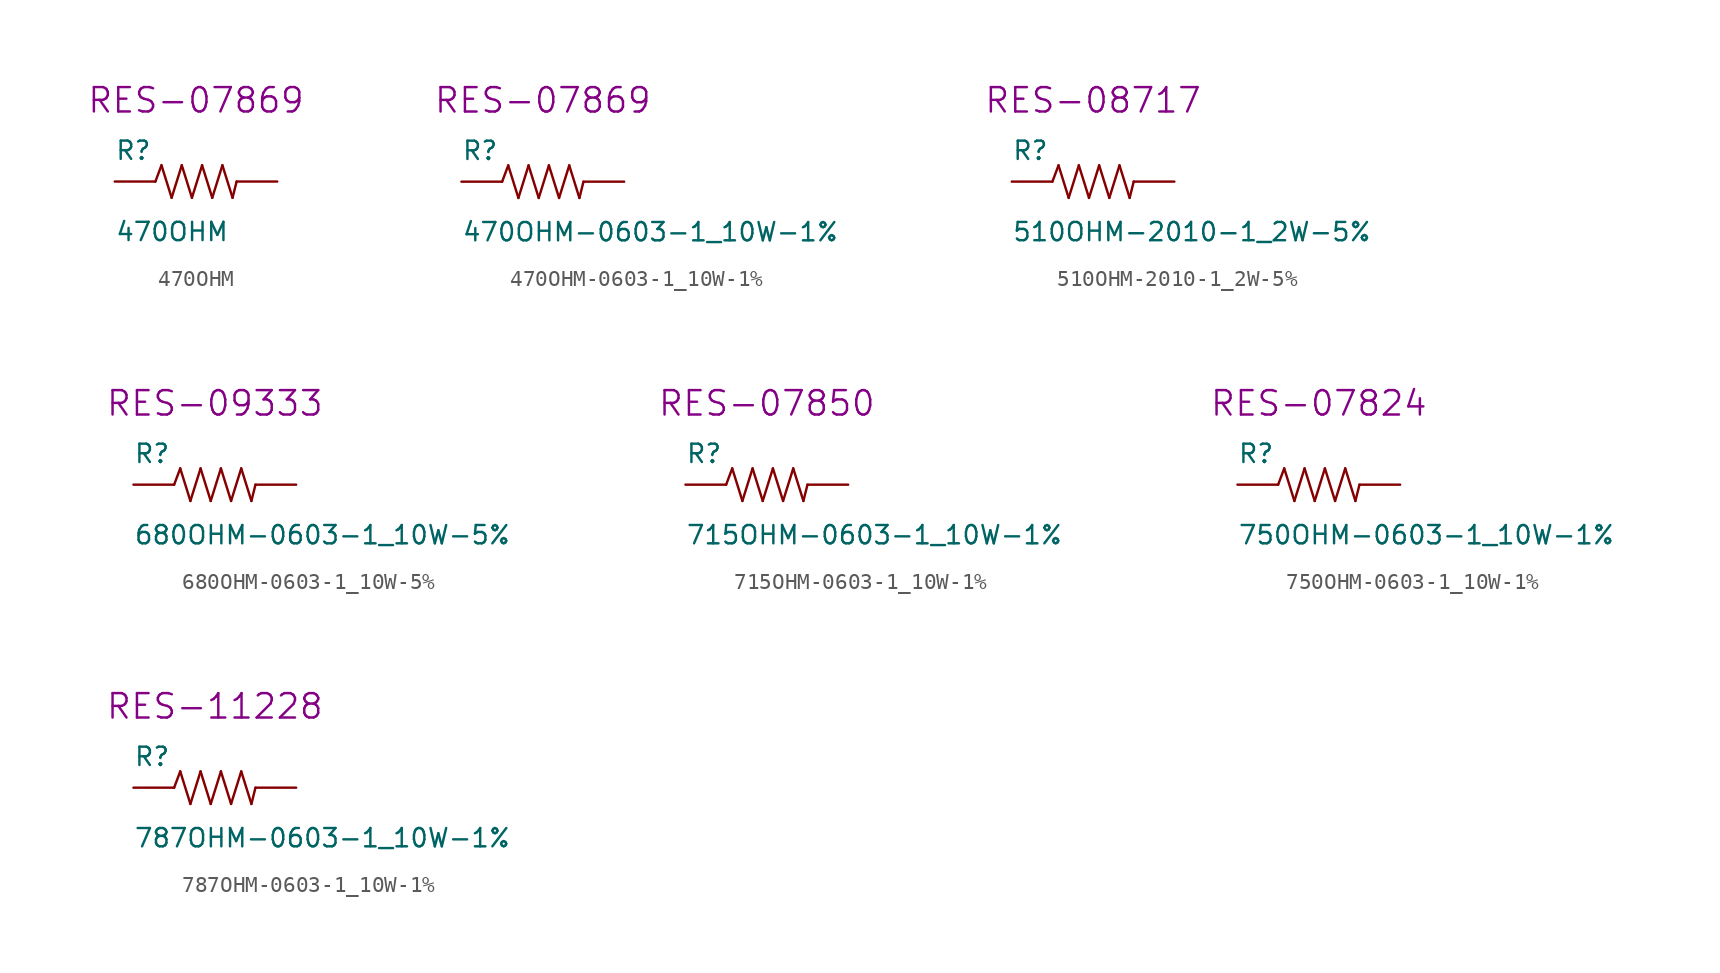
<source format=kicad_sym>
(kicad_symbol_lib
  (version 20211014)
  (generator kicad_symbol_editor)
  (symbol "470OHM"
    (pin_numbers hide)
    (pin_names
      (offset 1.016) hide)
    (property "Reference" "R"
      (at -5.08 1.27 0)
      (effects (font (size 1.143 1.143)) (justify left bottom)))
    (property "Value" "470OHM"
      (at -5.08 -3.81 0)
      (effects (font (size 1.143 1.143)) (justify left bottom)))
    (property "Field4" "RES-07869"
      (at 0 5.08 0)
      (effects (font (size 1.524 1.524))))
    (property "ki_locked" ""
      (at 0 0 0)
      (effects (font (size 1.27 1.27))))
    (symbol "470OHM_1_0"
      (polyline (pts (xy -2.54 0) (xy -2.159 1.016)) (stroke (width 0) (type default) (color 0 0 0 0)) (fill (type none)))
      (polyline (pts (xy -2.159 1.016) (xy -1.524 -1.016)) (stroke (width 0) (type default) (color 0 0 0 0)) (fill (type none)))
      (polyline (pts (xy -1.524 -1.016) (xy -0.889 1.016)) (stroke (width 0) (type default) (color 0 0 0 0)) (fill (type none)))
      (polyline (pts (xy -0.889 1.016) (xy -0.254 -1.016)) (stroke (width 0) (type default) (color 0 0 0 0)) (fill (type none)))
      (polyline (pts (xy -0.254 -1.016) (xy 0.381 1.016)) (stroke (width 0) (type default) (color 0 0 0 0)) (fill (type none)))
      (polyline (pts (xy 0.381 1.016) (xy 1.016 -1.016)) (stroke (width 0) (type default) (color 0 0 0 0)) (fill (type none)))
      (polyline (pts (xy 1.016 -1.016) (xy 1.651 1.016)) (stroke (width 0) (type default) (color 0 0 0 0)) (fill (type none)))
      (polyline (pts (xy 1.651 1.016) (xy 2.286 -1.016)) (stroke (width 0) (type default) (color 0 0 0 0)) (fill (type none)))
      (polyline (pts (xy 2.286 -1.016) (xy 2.54 0)) (stroke (width 0) (type default) (color 0 0 0 0)) (fill (type none))))
    (symbol "470OHM_1_1"
      (pin passive line (at -5.08 0 0) (length 2.54) (name "1" (effects (font (size 1.016 1.016)))) (number "1" (effects (font (size 1.016 1.016)))))
      (pin passive line (at 5.08 0 180) (length 2.54) (name "2" (effects (font (size 1.016 1.016)))) (number "2" (effects (font (size 1.016 1.016)))))))
  (symbol "470OHM-0603-1_10W-1%"
    (pin_numbers hide)
    (pin_names
      (offset 1.016) hide)
    (property "Reference" "R"
      (at -5.08 1.27 0)
      (effects (font (size 1.143 1.143)) (justify left bottom)))
    (property "Value" "470OHM-0603-1_10W-1%"
      (at -5.08 -3.81 0)
      (effects (font (size 1.143 1.143)) (justify left bottom)))
    (property "Field4" "RES-07869"
      (at 0 5.08 0)
      (effects (font (size 1.524 1.524))))
    (property "ki_locked" ""
      (at 0 0 0)
      (effects (font (size 1.27 1.27))))
    (symbol "470OHM-0603-1_10W-1%_1_0"
      (polyline (pts (xy -2.54 0) (xy -2.159 1.016)) (stroke (width 0) (type default) (color 0 0 0 0)) (fill (type none)))
      (polyline (pts (xy -2.159 1.016) (xy -1.524 -1.016)) (stroke (width 0) (type default) (color 0 0 0 0)) (fill (type none)))
      (polyline (pts (xy -1.524 -1.016) (xy -0.889 1.016)) (stroke (width 0) (type default) (color 0 0 0 0)) (fill (type none)))
      (polyline (pts (xy -0.889 1.016) (xy -0.254 -1.016)) (stroke (width 0) (type default) (color 0 0 0 0)) (fill (type none)))
      (polyline (pts (xy -0.254 -1.016) (xy 0.381 1.016)) (stroke (width 0) (type default) (color 0 0 0 0)) (fill (type none)))
      (polyline (pts (xy 0.381 1.016) (xy 1.016 -1.016)) (stroke (width 0) (type default) (color 0 0 0 0)) (fill (type none)))
      (polyline (pts (xy 1.016 -1.016) (xy 1.651 1.016)) (stroke (width 0) (type default) (color 0 0 0 0)) (fill (type none)))
      (polyline (pts (xy 1.651 1.016) (xy 2.286 -1.016)) (stroke (width 0) (type default) (color 0 0 0 0)) (fill (type none)))
      (polyline (pts (xy 2.286 -1.016) (xy 2.54 0)) (stroke (width 0) (type default) (color 0 0 0 0)) (fill (type none))))
    (symbol "470OHM-0603-1_10W-1%_1_1"
      (pin passive line (at -5.08 0 0) (length 2.54) (name "1" (effects (font (size 1.016 1.016)))) (number "1" (effects (font (size 1.016 1.016)))))
      (pin passive line (at 5.08 0 180) (length 2.54) (name "2" (effects (font (size 1.016 1.016)))) (number "2" (effects (font (size 1.016 1.016)))))))
  (symbol "510OHM-2010-1_2W-5%"
    (pin_numbers hide)
    (pin_names
      (offset 1.016) hide)
    (property "Reference" "R"
      (at -5.08 1.27 0)
      (effects (font (size 1.143 1.143)) (justify left bottom)))
    (property "Value" "510OHM-2010-1_2W-5%"
      (at -5.08 -3.81 0)
      (effects (font (size 1.143 1.143)) (justify left bottom)))
    (property "Field4" "RES-08717"
      (at 0 5.08 0)
      (effects (font (size 1.524 1.524))))
    (property "ki_locked" ""
      (at 0 0 0)
      (effects (font (size 1.27 1.27))))
    (symbol "510OHM-2010-1_2W-5%_1_0"
      (polyline (pts (xy -2.54 0) (xy -2.159 1.016)) (stroke (width 0) (type default) (color 0 0 0 0)) (fill (type none)))
      (polyline (pts (xy -2.159 1.016) (xy -1.524 -1.016)) (stroke (width 0) (type default) (color 0 0 0 0)) (fill (type none)))
      (polyline (pts (xy -1.524 -1.016) (xy -0.889 1.016)) (stroke (width 0) (type default) (color 0 0 0 0)) (fill (type none)))
      (polyline (pts (xy -0.889 1.016) (xy -0.254 -1.016)) (stroke (width 0) (type default) (color 0 0 0 0)) (fill (type none)))
      (polyline (pts (xy -0.254 -1.016) (xy 0.381 1.016)) (stroke (width 0) (type default) (color 0 0 0 0)) (fill (type none)))
      (polyline (pts (xy 0.381 1.016) (xy 1.016 -1.016)) (stroke (width 0) (type default) (color 0 0 0 0)) (fill (type none)))
      (polyline (pts (xy 1.016 -1.016) (xy 1.651 1.016)) (stroke (width 0) (type default) (color 0 0 0 0)) (fill (type none)))
      (polyline (pts (xy 1.651 1.016) (xy 2.286 -1.016)) (stroke (width 0) (type default) (color 0 0 0 0)) (fill (type none)))
      (polyline (pts (xy 2.286 -1.016) (xy 2.54 0)) (stroke (width 0) (type default) (color 0 0 0 0)) (fill (type none))))
    (symbol "510OHM-2010-1_2W-5%_1_1"
      (pin passive line (at -5.08 0 0) (length 2.54) (name "1" (effects (font (size 1.016 1.016)))) (number "1" (effects (font (size 1.016 1.016)))))
      (pin passive line (at 5.08 0 180) (length 2.54) (name "2" (effects (font (size 1.016 1.016)))) (number "2" (effects (font (size 1.016 1.016)))))))
  (symbol "680OHM-0603-1_10W-5%"
    (pin_numbers hide)
    (pin_names
      (offset 1.016) hide)
    (property "Reference" "R"
      (at -5.08 1.27 0)
      (effects (font (size 1.143 1.143)) (justify left bottom)))
    (property "Value" "680OHM-0603-1_10W-5%"
      (at -5.08 -3.81 0)
      (effects (font (size 1.143 1.143)) (justify left bottom)))
    (property "Field4" "RES-09333"
      (at 0 5.08 0)
      (effects (font (size 1.524 1.524))))
    (property "ki_locked" ""
      (at 0 0 0)
      (effects (font (size 1.27 1.27))))
    (symbol "680OHM-0603-1_10W-5%_1_0"
      (polyline (pts (xy -2.54 0) (xy -2.159 1.016)) (stroke (width 0) (type default) (color 0 0 0 0)) (fill (type none)))
      (polyline (pts (xy -2.159 1.016) (xy -1.524 -1.016)) (stroke (width 0) (type default) (color 0 0 0 0)) (fill (type none)))
      (polyline (pts (xy -1.524 -1.016) (xy -0.889 1.016)) (stroke (width 0) (type default) (color 0 0 0 0)) (fill (type none)))
      (polyline (pts (xy -0.889 1.016) (xy -0.254 -1.016)) (stroke (width 0) (type default) (color 0 0 0 0)) (fill (type none)))
      (polyline (pts (xy -0.254 -1.016) (xy 0.381 1.016)) (stroke (width 0) (type default) (color 0 0 0 0)) (fill (type none)))
      (polyline (pts (xy 0.381 1.016) (xy 1.016 -1.016)) (stroke (width 0) (type default) (color 0 0 0 0)) (fill (type none)))
      (polyline (pts (xy 1.016 -1.016) (xy 1.651 1.016)) (stroke (width 0) (type default) (color 0 0 0 0)) (fill (type none)))
      (polyline (pts (xy 1.651 1.016) (xy 2.286 -1.016)) (stroke (width 0) (type default) (color 0 0 0 0)) (fill (type none)))
      (polyline (pts (xy 2.286 -1.016) (xy 2.54 0)) (stroke (width 0) (type default) (color 0 0 0 0)) (fill (type none))))
    (symbol "680OHM-0603-1_10W-5%_1_1"
      (pin passive line (at -5.08 0 0) (length 2.54) (name "1" (effects (font (size 1.016 1.016)))) (number "1" (effects (font (size 1.016 1.016)))))
      (pin passive line (at 5.08 0 180) (length 2.54) (name "2" (effects (font (size 1.016 1.016)))) (number "2" (effects (font (size 1.016 1.016)))))))
  (symbol "715OHM-0603-1_10W-1%"
    (pin_numbers hide)
    (pin_names
      (offset 1.016) hide)
    (property "Reference" "R"
      (at -5.08 1.27 0)
      (effects (font (size 1.143 1.143)) (justify left bottom)))
    (property "Value" "715OHM-0603-1_10W-1%"
      (at -5.08 -3.81 0)
      (effects (font (size 1.143 1.143)) (justify left bottom)))
    (property "Field4" "RES-07850"
      (at 0 5.08 0)
      (effects (font (size 1.524 1.524))))
    (property "ki_locked" ""
      (at 0 0 0)
      (effects (font (size 1.27 1.27))))
    (symbol "715OHM-0603-1_10W-1%_1_0"
      (polyline (pts (xy -2.54 0) (xy -2.159 1.016)) (stroke (width 0) (type default) (color 0 0 0 0)) (fill (type none)))
      (polyline (pts (xy -2.159 1.016) (xy -1.524 -1.016)) (stroke (width 0) (type default) (color 0 0 0 0)) (fill (type none)))
      (polyline (pts (xy -1.524 -1.016) (xy -0.889 1.016)) (stroke (width 0) (type default) (color 0 0 0 0)) (fill (type none)))
      (polyline (pts (xy -0.889 1.016) (xy -0.254 -1.016)) (stroke (width 0) (type default) (color 0 0 0 0)) (fill (type none)))
      (polyline (pts (xy -0.254 -1.016) (xy 0.381 1.016)) (stroke (width 0) (type default) (color 0 0 0 0)) (fill (type none)))
      (polyline (pts (xy 0.381 1.016) (xy 1.016 -1.016)) (stroke (width 0) (type default) (color 0 0 0 0)) (fill (type none)))
      (polyline (pts (xy 1.016 -1.016) (xy 1.651 1.016)) (stroke (width 0) (type default) (color 0 0 0 0)) (fill (type none)))
      (polyline (pts (xy 1.651 1.016) (xy 2.286 -1.016)) (stroke (width 0) (type default) (color 0 0 0 0)) (fill (type none)))
      (polyline (pts (xy 2.286 -1.016) (xy 2.54 0)) (stroke (width 0) (type default) (color 0 0 0 0)) (fill (type none))))
    (symbol "715OHM-0603-1_10W-1%_1_1"
      (pin passive line (at -5.08 0 0) (length 2.54) (name "1" (effects (font (size 1.016 1.016)))) (number "1" (effects (font (size 1.016 1.016)))))
      (pin passive line (at 5.08 0 180) (length 2.54) (name "2" (effects (font (size 1.016 1.016)))) (number "2" (effects (font (size 1.016 1.016)))))))
  (symbol "750OHM-0603-1_10W-1%"
    (pin_numbers hide)
    (pin_names
      (offset 1.016) hide)
    (property "Reference" "R"
      (at -5.08 1.27 0)
      (effects (font (size 1.143 1.143)) (justify left bottom)))
    (property "Value" "750OHM-0603-1_10W-1%"
      (at -5.08 -3.81 0)
      (effects (font (size 1.143 1.143)) (justify left bottom)))
    (property "Field4" "RES-07824"
      (at 0 5.08 0)
      (effects (font (size 1.524 1.524))))
    (property "ki_locked" ""
      (at 0 0 0)
      (effects (font (size 1.27 1.27))))
    (symbol "750OHM-0603-1_10W-1%_1_0"
      (polyline (pts (xy -2.54 0) (xy -2.159 1.016)) (stroke (width 0) (type default) (color 0 0 0 0)) (fill (type none)))
      (polyline (pts (xy -2.159 1.016) (xy -1.524 -1.016)) (stroke (width 0) (type default) (color 0 0 0 0)) (fill (type none)))
      (polyline (pts (xy -1.524 -1.016) (xy -0.889 1.016)) (stroke (width 0) (type default) (color 0 0 0 0)) (fill (type none)))
      (polyline (pts (xy -0.889 1.016) (xy -0.254 -1.016)) (stroke (width 0) (type default) (color 0 0 0 0)) (fill (type none)))
      (polyline (pts (xy -0.254 -1.016) (xy 0.381 1.016)) (stroke (width 0) (type default) (color 0 0 0 0)) (fill (type none)))
      (polyline (pts (xy 0.381 1.016) (xy 1.016 -1.016)) (stroke (width 0) (type default) (color 0 0 0 0)) (fill (type none)))
      (polyline (pts (xy 1.016 -1.016) (xy 1.651 1.016)) (stroke (width 0) (type default) (color 0 0 0 0)) (fill (type none)))
      (polyline (pts (xy 1.651 1.016) (xy 2.286 -1.016)) (stroke (width 0) (type default) (color 0 0 0 0)) (fill (type none)))
      (polyline (pts (xy 2.286 -1.016) (xy 2.54 0)) (stroke (width 0) (type default) (color 0 0 0 0)) (fill (type none))))
    (symbol "750OHM-0603-1_10W-1%_1_1"
      (pin passive line (at -5.08 0 0) (length 2.54) (name "1" (effects (font (size 1.016 1.016)))) (number "1" (effects (font (size 1.016 1.016)))))
      (pin passive line (at 5.08 0 180) (length 2.54) (name "2" (effects (font (size 1.016 1.016)))) (number "2" (effects (font (size 1.016 1.016)))))))
  (symbol "787OHM-0603-1_10W-1%"
    (pin_numbers hide)
    (pin_names
      (offset 1.016) hide)
    (property "Reference" "R"
      (at -5.08 1.27 0)
      (effects (font (size 1.143 1.143)) (justify left bottom)))
    (property "Value" "787OHM-0603-1_10W-1%"
      (at -5.08 -3.81 0)
      (effects (font (size 1.143 1.143)) (justify left bottom)))
    (property "Field4" "RES-11228"
      (at 0 5.08 0)
      (effects (font (size 1.524 1.524))))
    (property "ki_locked" ""
      (at 0 0 0)
      (effects (font (size 1.27 1.27))))
    (symbol "787OHM-0603-1_10W-1%_1_0"
      (polyline (pts (xy -2.54 0) (xy -2.159 1.016)) (stroke (width 0) (type default) (color 0 0 0 0)) (fill (type none)))
      (polyline (pts (xy -2.159 1.016) (xy -1.524 -1.016)) (stroke (width 0) (type default) (color 0 0 0 0)) (fill (type none)))
      (polyline (pts (xy -1.524 -1.016) (xy -0.889 1.016)) (stroke (width 0) (type default) (color 0 0 0 0)) (fill (type none)))
      (polyline (pts (xy -0.889 1.016) (xy -0.254 -1.016)) (stroke (width 0) (type default) (color 0 0 0 0)) (fill (type none)))
      (polyline (pts (xy -0.254 -1.016) (xy 0.381 1.016)) (stroke (width 0) (type default) (color 0 0 0 0)) (fill (type none)))
      (polyline (pts (xy 0.381 1.016) (xy 1.016 -1.016)) (stroke (width 0) (type default) (color 0 0 0 0)) (fill (type none)))
      (polyline (pts (xy 1.016 -1.016) (xy 1.651 1.016)) (stroke (width 0) (type default) (color 0 0 0 0)) (fill (type none)))
      (polyline (pts (xy 1.651 1.016) (xy 2.286 -1.016)) (stroke (width 0) (type default) (color 0 0 0 0)) (fill (type none)))
      (polyline (pts (xy 2.286 -1.016) (xy 2.54 0)) (stroke (width 0) (type default) (color 0 0 0 0)) (fill (type none))))
    (symbol "787OHM-0603-1_10W-1%_1_1"
      (pin passive line (at -5.08 0 0) (length 2.54) (name "1" (effects (font (size 1.016 1.016)))) (number "1" (effects (font (size 1.016 1.016)))))
      (pin passive line (at 5.08 0 180) (length 2.54) (name "2" (effects (font (size 1.016 1.016)))) (number "2" (effects (font (size 1.016 1.016))))))))
</source>
